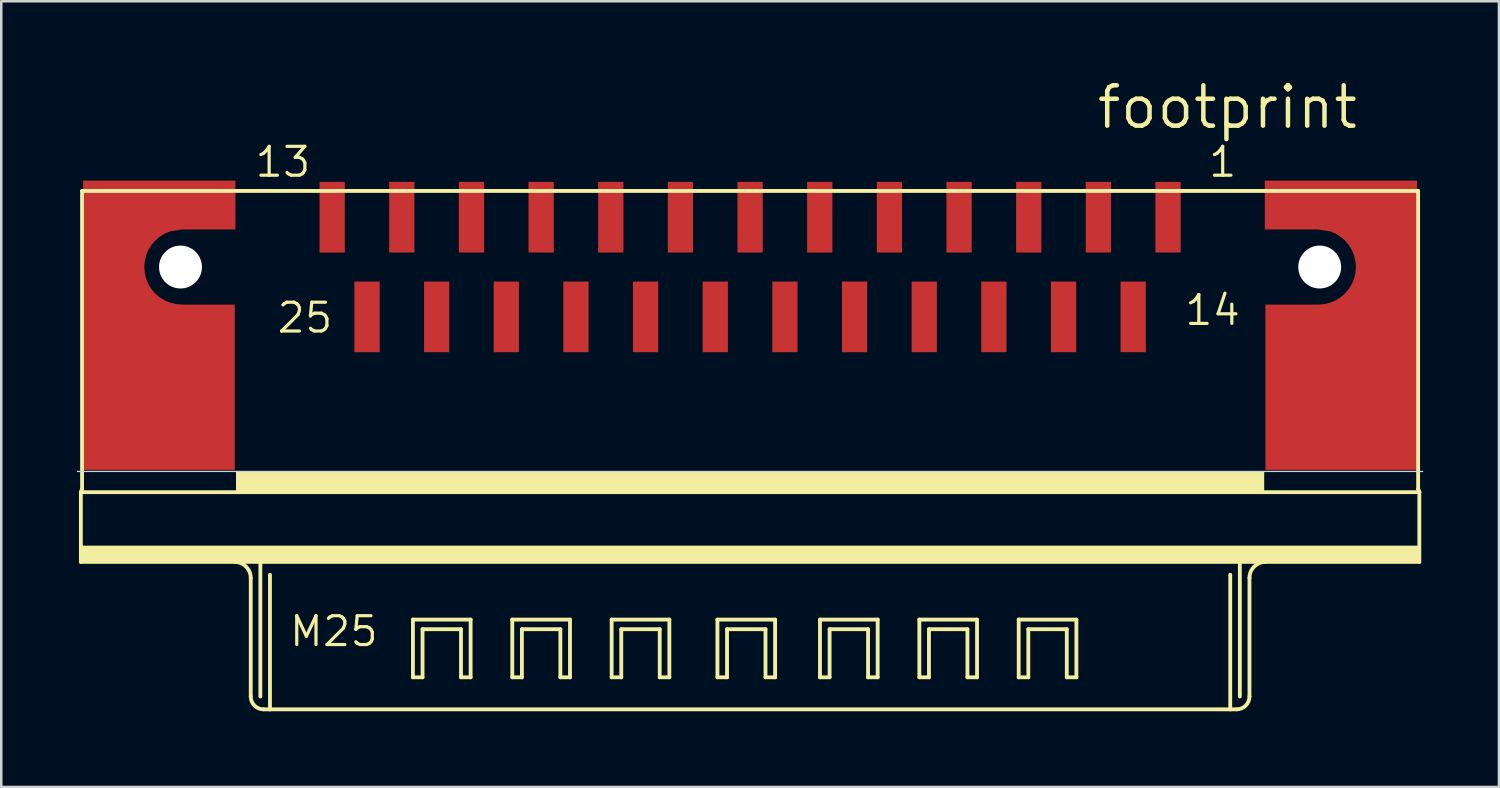
<source format=kicad_pcb>
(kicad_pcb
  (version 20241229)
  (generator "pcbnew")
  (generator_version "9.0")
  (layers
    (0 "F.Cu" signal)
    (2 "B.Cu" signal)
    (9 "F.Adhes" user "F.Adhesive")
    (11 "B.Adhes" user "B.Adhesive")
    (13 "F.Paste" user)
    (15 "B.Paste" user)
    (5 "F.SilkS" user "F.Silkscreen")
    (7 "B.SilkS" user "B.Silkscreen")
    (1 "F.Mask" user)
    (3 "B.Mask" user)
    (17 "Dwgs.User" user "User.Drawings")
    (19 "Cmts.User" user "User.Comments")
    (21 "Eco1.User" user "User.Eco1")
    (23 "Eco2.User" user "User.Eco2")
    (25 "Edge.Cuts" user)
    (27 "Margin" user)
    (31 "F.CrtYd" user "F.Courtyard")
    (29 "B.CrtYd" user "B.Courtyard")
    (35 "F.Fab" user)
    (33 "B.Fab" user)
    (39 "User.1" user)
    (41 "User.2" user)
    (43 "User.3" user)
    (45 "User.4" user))
  (footprint "footprint"
    (layer "F.Cu")
    (at 26.672 7.531)
    (property "Reference" "footprint" (at 13.652 -5.397 0) (layer "F.SilkS") (effects (font (size 1.6 1.6) (thickness 0.178)) (justify left bottom)))
    (fp_poly (pts (xy -20.395 -1.488) (xy -22.51 -1.488) (xy -22.981 -1.413) (xy -23.193 -1.325) (xy -23.392 -1.203) (xy -23.569 -1.052) (xy -23.721 -0.874) (xy -23.843 -0.675) (xy -23.932 -0.46) (xy -23.986 -0.233) (xy -24.005 0) (xy -23.986 0.233) (xy -23.932 0.46) (xy -23.843 0.675) (xy -23.721 0.874) (xy -23.569 1.052) (xy -23.392 1.203) (xy -23.193 1.325) (xy -22.977 1.414) (xy -22.75 1.469) (xy -22.514 1.488) (xy -20.42 1.488) (xy -20.42 8.037) (xy -26.427 8.037) (xy -26.427 -3.425) (xy -20.395 -3.425)) (stroke (width 0) (type solid)) (fill yes) (layer "F.Cu"))
    (fp_poly (pts (xy 26.427 8.037) (xy 20.42 8.037) (xy 20.42 1.488) (xy 22.514 1.488) (xy 22.75 1.469) (xy 22.977 1.414) (xy 23.193 1.325) (xy 23.392 1.203) (xy 23.569 1.052) (xy 23.721 0.874) (xy 23.843 0.675) (xy 23.932 0.46) (xy 23.986 0.233) (xy 24.005 0) (xy 23.986 -0.233) (xy 23.932 -0.46) (xy 23.843 -0.675) (xy 23.721 -0.874) (xy 23.569 -1.052) (xy 23.392 -1.203) (xy 23.193 -1.325) (xy 22.981 -1.413) (xy 22.51 -1.488) (xy 20.395 -1.488) (xy 20.395 -3.425) (xy 26.427 -3.425)) (stroke (width 0) (type solid)) (fill yes) (layer "F.Cu"))
    (fp_line (start -26.518 8.92) (end -26.47 8.793) (stroke (width 0.152) (type solid)) (layer "F.SilkS"))
    (fp_line (start -26.518 11.684) (end -26.518 8.92) (stroke (width 0.152) (type solid)) (layer "F.SilkS"))
    (fp_line (start -26.47 -3.016) (end -26.47 8.793) (stroke (width 0.152) (type solid)) (layer "F.SilkS"))
    (fp_line (start -20.295 8.92) (end -26.518 8.92) (stroke (width 0.152) (type solid)) (layer "F.SilkS"))
    (fp_line (start -20.295 8.92) (end -20.295 8.158) (stroke (width 0.152) (type solid)) (layer "F.SilkS"))
    (fp_line (start -19.787 12.319) (end -19.787 17.018) (stroke (width 0.152) (type solid)) (layer "F.SilkS"))
    (fp_line (start -19.406 11.684) (end -26.518 11.684) (stroke (width 0.152) (type solid)) (layer "F.SilkS"))
    (fp_line (start -19.406 11.684) (end -19.406 17.018) (stroke (width 0.152) (type solid)) (layer "F.SilkS"))
    (fp_line (start -19.025 12.192) (end -19.025 17.526) (stroke (width 0.152) (type solid)) (layer "F.SilkS"))
    (fp_line (start -19.025 17.526) (end -19.279 17.526) (stroke (width 0.152) (type solid)) (layer "F.SilkS"))
    (fp_line (start -13.36 13.97) (end -11.074 13.97) (stroke (width 0.152) (type solid)) (layer "F.SilkS"))
    (fp_line (start -13.36 16.256) (end -13.36 13.97) (stroke (width 0.152) (type solid)) (layer "F.SilkS"))
    (fp_line (start -12.979 14.351) (end -12.979 16.256) (stroke (width 0.152) (type solid)) (layer "F.SilkS"))
    (fp_line (start -12.979 16.256) (end -13.36 16.256) (stroke (width 0.152) (type solid)) (layer "F.SilkS"))
    (fp_line (start -11.455 14.351) (end -12.979 14.351) (stroke (width 0.152) (type solid)) (layer "F.SilkS"))
    (fp_line (start -11.455 16.256) (end -11.455 14.351) (stroke (width 0.152) (type solid)) (layer "F.SilkS"))
    (fp_line (start -11.074 13.97) (end -11.074 16.256) (stroke (width 0.152) (type solid)) (layer "F.SilkS"))
    (fp_line (start -11.074 16.256) (end -11.455 16.256) (stroke (width 0.152) (type solid)) (layer "F.SilkS"))
    (fp_line (start -9.423 13.97) (end -7.137 13.97) (stroke (width 0.152) (type solid)) (layer "F.SilkS"))
    (fp_line (start -9.423 16.256) (end -9.423 13.97) (stroke (width 0.152) (type solid)) (layer "F.SilkS"))
    (fp_line (start -9.042 14.351) (end -9.042 16.256) (stroke (width 0.152) (type solid)) (layer "F.SilkS"))
    (fp_line (start -9.042 16.256) (end -9.423 16.256) (stroke (width 0.152) (type solid)) (layer "F.SilkS"))
    (fp_line (start -7.518 14.351) (end -9.042 14.351) (stroke (width 0.152) (type solid)) (layer "F.SilkS"))
    (fp_line (start -7.518 16.256) (end -7.518 14.351) (stroke (width 0.152) (type solid)) (layer "F.SilkS"))
    (fp_line (start -7.137 13.97) (end -7.137 16.256) (stroke (width 0.152) (type solid)) (layer "F.SilkS"))
    (fp_line (start -7.137 16.256) (end -7.518 16.256) (stroke (width 0.152) (type solid)) (layer "F.SilkS"))
    (fp_line (start -5.486 13.97) (end -3.2 13.97) (stroke (width 0.152) (type solid)) (layer "F.SilkS"))
    (fp_line (start -5.486 16.256) (end -5.486 13.97) (stroke (width 0.152) (type solid)) (layer "F.SilkS"))
    (fp_line (start -5.105 14.351) (end -5.105 16.256) (stroke (width 0.152) (type solid)) (layer "F.SilkS"))
    (fp_line (start -5.105 16.256) (end -5.486 16.256) (stroke (width 0.152) (type solid)) (layer "F.SilkS"))
    (fp_line (start -3.581 14.351) (end -5.105 14.351) (stroke (width 0.152) (type solid)) (layer "F.SilkS"))
    (fp_line (start -3.581 16.256) (end -3.581 14.351) (stroke (width 0.152) (type solid)) (layer "F.SilkS"))
    (fp_line (start -3.2 13.97) (end -3.2 16.256) (stroke (width 0.152) (type solid)) (layer "F.SilkS"))
    (fp_line (start -3.2 16.256) (end -3.581 16.256) (stroke (width 0.152) (type solid)) (layer "F.SilkS"))
    (fp_line (start -1.295 13.97) (end 0.991 13.97) (stroke (width 0.152) (type solid)) (layer "F.SilkS"))
    (fp_line (start -1.295 16.256) (end -1.295 13.97) (stroke (width 0.152) (type solid)) (layer "F.SilkS"))
    (fp_line (start -0.914 14.351) (end -0.914 16.256) (stroke (width 0.152) (type solid)) (layer "F.SilkS"))
    (fp_line (start -0.914 16.256) (end -1.295 16.256) (stroke (width 0.152) (type solid)) (layer "F.SilkS"))
    (fp_line (start 0.61 14.351) (end -0.914 14.351) (stroke (width 0.152) (type solid)) (layer "F.SilkS"))
    (fp_line (start 0.61 16.256) (end 0.61 14.351) (stroke (width 0.152) (type solid)) (layer "F.SilkS"))
    (fp_line (start 0.991 13.97) (end 0.991 16.256) (stroke (width 0.152) (type solid)) (layer "F.SilkS"))
    (fp_line (start 0.991 16.256) (end 0.61 16.256) (stroke (width 0.152) (type solid)) (layer "F.SilkS"))
    (fp_line (start 2.769 13.97) (end 5.055 13.97) (stroke (width 0.152) (type solid)) (layer "F.SilkS"))
    (fp_line (start 2.769 16.256) (end 2.769 13.97) (stroke (width 0.152) (type solid)) (layer "F.SilkS"))
    (fp_line (start 3.15 14.351) (end 3.15 16.256) (stroke (width 0.152) (type solid)) (layer "F.SilkS"))
    (fp_line (start 3.15 16.256) (end 2.769 16.256) (stroke (width 0.152) (type solid)) (layer "F.SilkS"))
    (fp_line (start 4.674 14.351) (end 3.15 14.351) (stroke (width 0.152) (type solid)) (layer "F.SilkS"))
    (fp_line (start 4.674 16.256) (end 4.674 14.351) (stroke (width 0.152) (type solid)) (layer "F.SilkS"))
    (fp_line (start 5.055 13.97) (end 5.055 16.256) (stroke (width 0.152) (type solid)) (layer "F.SilkS"))
    (fp_line (start 5.055 16.256) (end 4.674 16.256) (stroke (width 0.152) (type solid)) (layer "F.SilkS"))
    (fp_line (start 6.706 13.97) (end 8.992 13.97) (stroke (width 0.152) (type solid)) (layer "F.SilkS"))
    (fp_line (start 6.706 16.256) (end 6.706 13.97) (stroke (width 0.152) (type solid)) (layer "F.SilkS"))
    (fp_line (start 7.087 14.351) (end 7.087 16.256) (stroke (width 0.152) (type solid)) (layer "F.SilkS"))
    (fp_line (start 7.087 16.256) (end 6.706 16.256) (stroke (width 0.152) (type solid)) (layer "F.SilkS"))
    (fp_line (start 8.611 14.351) (end 7.087 14.351) (stroke (width 0.152) (type solid)) (layer "F.SilkS"))
    (fp_line (start 8.611 16.256) (end 8.611 14.351) (stroke (width 0.152) (type solid)) (layer "F.SilkS"))
    (fp_line (start 8.992 13.97) (end 8.992 16.256) (stroke (width 0.152) (type solid)) (layer "F.SilkS"))
    (fp_line (start 8.992 16.256) (end 8.611 16.256) (stroke (width 0.152) (type solid)) (layer "F.SilkS"))
    (fp_line (start 10.643 13.97) (end 12.929 13.97) (stroke (width 0.152) (type solid)) (layer "F.SilkS"))
    (fp_line (start 10.643 16.256) (end 10.643 13.97) (stroke (width 0.152) (type solid)) (layer "F.SilkS"))
    (fp_line (start 11.024 14.351) (end 11.024 16.256) (stroke (width 0.152) (type solid)) (layer "F.SilkS"))
    (fp_line (start 11.024 16.256) (end 10.643 16.256) (stroke (width 0.152) (type solid)) (layer "F.SilkS"))
    (fp_line (start 12.548 14.351) (end 11.024 14.351) (stroke (width 0.152) (type solid)) (layer "F.SilkS"))
    (fp_line (start 12.548 16.256) (end 12.548 14.351) (stroke (width 0.152) (type solid)) (layer "F.SilkS"))
    (fp_line (start 12.929 13.97) (end 12.929 16.256) (stroke (width 0.152) (type solid)) (layer "F.SilkS"))
    (fp_line (start 12.929 16.256) (end 12.548 16.256) (stroke (width 0.152) (type solid)) (layer "F.SilkS"))
    (fp_line (start 19.025 12.192) (end 19.025 17.526) (stroke (width 0.152) (type solid)) (layer "F.SilkS"))
    (fp_line (start 19.025 17.526) (end -19.025 17.526) (stroke (width 0.152) (type solid)) (layer "F.SilkS"))
    (fp_line (start 19.279 17.526) (end 19.025 17.526) (stroke (width 0.152) (type solid)) (layer "F.SilkS"))
    (fp_line (start 19.406 11.684) (end -19.406 11.684) (stroke (width 0.152) (type solid)) (layer "F.SilkS"))
    (fp_line (start 19.406 11.684) (end 19.406 17.018) (stroke (width 0.152) (type solid)) (layer "F.SilkS"))
    (fp_line (start 19.787 12.319) (end 19.787 17.018) (stroke (width 0.152) (type solid)) (layer "F.SilkS"))
    (fp_line (start 20.295 8.158) (end -20.295 8.158) (stroke (width 0.152) (type solid)) (layer "F.SilkS"))
    (fp_line (start 20.295 8.92) (end -20.295 8.92) (stroke (width 0.152) (type solid)) (layer "F.SilkS"))
    (fp_line (start 20.295 8.92) (end 20.295 8.158) (stroke (width 0.152) (type solid)) (layer "F.SilkS"))
    (fp_line (start 26.47 -3.016) (end -26.47 -3.016) (stroke (width 0.152) (type solid)) (layer "F.SilkS"))
    (fp_line (start 26.47 -3.016) (end 26.47 8.793) (stroke (width 0.152) (type solid)) (layer "F.SilkS"))
    (fp_line (start 26.518 8.92) (end 20.295 8.92) (stroke (width 0.152) (type solid)) (layer "F.SilkS"))
    (fp_line (start 26.518 8.92) (end 26.47 8.793) (stroke (width 0.152) (type solid)) (layer "F.SilkS"))
    (fp_line (start 26.518 8.92) (end 26.518 11.684) (stroke (width 0.152) (type solid)) (layer "F.SilkS"))
    (fp_line (start 26.518 11.684) (end 19.406 11.684) (stroke (width 0.152) (type solid)) (layer "F.SilkS"))
    (fp_arc (start -20.422 11.684) (mid -19.972987 11.869987) (end -19.787 12.319) (stroke (width 0.1524) (type solid)) (layer "F.SilkS"))
    (fp_arc (start -19.279 17.526) (mid -19.63821 17.37721) (end -19.787 17.018) (stroke (width 0.1524) (type solid)) (layer "F.SilkS"))
    (fp_arc (start 19.787 12.319) (mid 19.972987 11.869987) (end 20.422 11.684) (stroke (width 0.1524) (type solid)) (layer "F.SilkS"))
    (fp_arc (start 19.787 17.018) (mid 19.63821 17.37721) (end 19.279 17.526) (stroke (width 0.1524) (type solid)) (layer "F.SilkS"))
    (fp_poly (pts (xy -26.55 11.684) (xy 26.525 11.684) (xy 26.525 11.04) (xy -26.55 11.04)) (stroke (width 0) (type solid)) (fill yes) (layer "F.SilkS"))
    (fp_poly (pts (xy -20.3 8.92) (xy 20.275 8.92) (xy 20.275 8.158) (xy -20.3 8.158)) (stroke (width 0) (type solid)) (fill yes) (layer "F.SilkS"))
    (fp_line (start -26.648 8.1) (end 26.648 8.1) (stroke (width 0.05) (type solid)) (layer "Edge.Cuts"))
    (fp_text user "14" (at 17.153 2.38 0) (layer "F.SilkS") (effects (font (size 1.143 1.143) (thickness 0.127)) (justify left bottom)))
    (fp_text user "M25" (at -18.319 15.104 0) (layer "F.SilkS") (effects (font (size 1.143 1.143) (thickness 0.127)) (justify left bottom)))
    (fp_text user "13" (at -19.685 -3.493 0) (layer "F.SilkS") (effects (font (size 1.143 1.143) (thickness 0.127)) (justify left bottom)))
    (fp_text user "25" (at -18.812 2.682 0) (layer "F.SilkS") (effects (font (size 1.143 1.143) (thickness 0.127)) (justify left bottom)))
    (fp_text user "1" (at 18.098 -3.493 0) (layer "F.SilkS") (effects (font (size 1.143 1.143) (thickness 0.127)) (justify left bottom)))
    (pad "" np_thru_hole circle (at -22.57 0) (size 1.7 1.7) (drill 1.7) (layers "*.Cu" "*.Mask"))
    (pad "" np_thru_hole circle (at 22.57 0) (size 1.7 1.7) (drill 1.7) (layers "*.Cu" "*.Mask"))
    (pad "1" smd rect (at 16.56 -1.975) (size 1 2.8) (layers "F.Cu" "F.Mask" "F.Paste"))
    (pad "2" smd rect (at 13.8 -1.975) (size 1 2.8) (layers "F.Cu" "F.Mask" "F.Paste"))
    (pad "3" smd rect (at 11.04 -1.975) (size 1 2.8) (layers "F.Cu" "F.Mask" "F.Paste"))
    (pad "4" smd rect (at 8.28 -1.975) (size 1 2.8) (layers "F.Cu" "F.Mask" "F.Paste"))
    (pad "5" smd rect (at 5.52 -1.975) (size 1 2.8) (layers "F.Cu" "F.Mask" "F.Paste"))
    (pad "6" smd rect (at 2.76 -1.975) (size 1 2.8) (layers "F.Cu" "F.Mask" "F.Paste"))
    (pad "7" smd rect (at 0 -1.975) (size 1 2.8) (layers "F.Cu" "F.Mask" "F.Paste"))
    (pad "8" smd rect (at -2.76 -1.975) (size 1 2.8) (layers "F.Cu" "F.Mask" "F.Paste"))
    (pad "9" smd rect (at -5.52 -1.975) (size 1 2.8) (layers "F.Cu" "F.Mask" "F.Paste"))
    (pad "10" smd rect (at -8.28 -1.975) (size 1 2.8) (layers "F.Cu" "F.Mask" "F.Paste"))
    (pad "11" smd rect (at -11.04 -1.975) (size 1 2.8) (layers "F.Cu" "F.Mask" "F.Paste"))
    (pad "12" smd rect (at -13.8 -1.975) (size 1 2.8) (layers "F.Cu" "F.Mask" "F.Paste"))
    (pad "13" smd rect (at -16.56 -1.975) (size 1 2.8) (layers "F.Cu" "F.Mask" "F.Paste"))
    (pad "14" smd rect (at 15.18 1.975) (size 1 2.8) (layers "F.Cu" "F.Mask" "F.Paste"))
    (pad "15" smd rect (at 12.42 1.975) (size 1 2.8) (layers "F.Cu" "F.Mask" "F.Paste"))
    (pad "16" smd rect (at 9.66 1.975) (size 1 2.8) (layers "F.Cu" "F.Mask" "F.Paste"))
    (pad "17" smd rect (at 6.9 1.975) (size 1 2.8) (layers "F.Cu" "F.Mask" "F.Paste"))
    (pad "18" smd rect (at 4.14 1.975) (size 1 2.8) (layers "F.Cu" "F.Mask" "F.Paste"))
    (pad "19" smd rect (at 1.38 1.975) (size 1 2.8) (layers "F.Cu" "F.Mask" "F.Paste"))
    (pad "20" smd rect (at -1.38 1.975) (size 1 2.8) (layers "F.Cu" "F.Mask" "F.Paste"))
    (pad "21" smd rect (at -4.14 1.975) (size 1 2.8) (layers "F.Cu" "F.Mask" "F.Paste"))
    (pad "22" smd rect (at -6.9 1.975) (size 1 2.8) (layers "F.Cu" "F.Mask" "F.Paste"))
    (pad "23" smd rect (at -9.66 1.975) (size 1 2.8) (layers "F.Cu" "F.Mask" "F.Paste"))
    (pad "24" smd rect (at -12.42 1.975) (size 1 2.8) (layers "F.Cu" "F.Mask" "F.Paste"))
    (pad "25" smd rect (at -15.18 1.975) (size 1 2.8) (layers "F.Cu" "F.Mask" "F.Paste"))
    (pad "S@1" smd rect (at 23.445 2.65) (size 1 1) (layers "F.Cu" "F.Mask" "F.Paste"))
    (pad "S@2" smd rect (at -23.445 2.625) (size 1 1) (layers "F.Cu" "F.Mask" "F.Paste")))
  (gr_rect
    (start -3 -3)
    (end 56.345 28.133)
    (stroke (width 0.1) (type default))
    (fill no)
    (layer "Edge.Cuts")))
</source>
